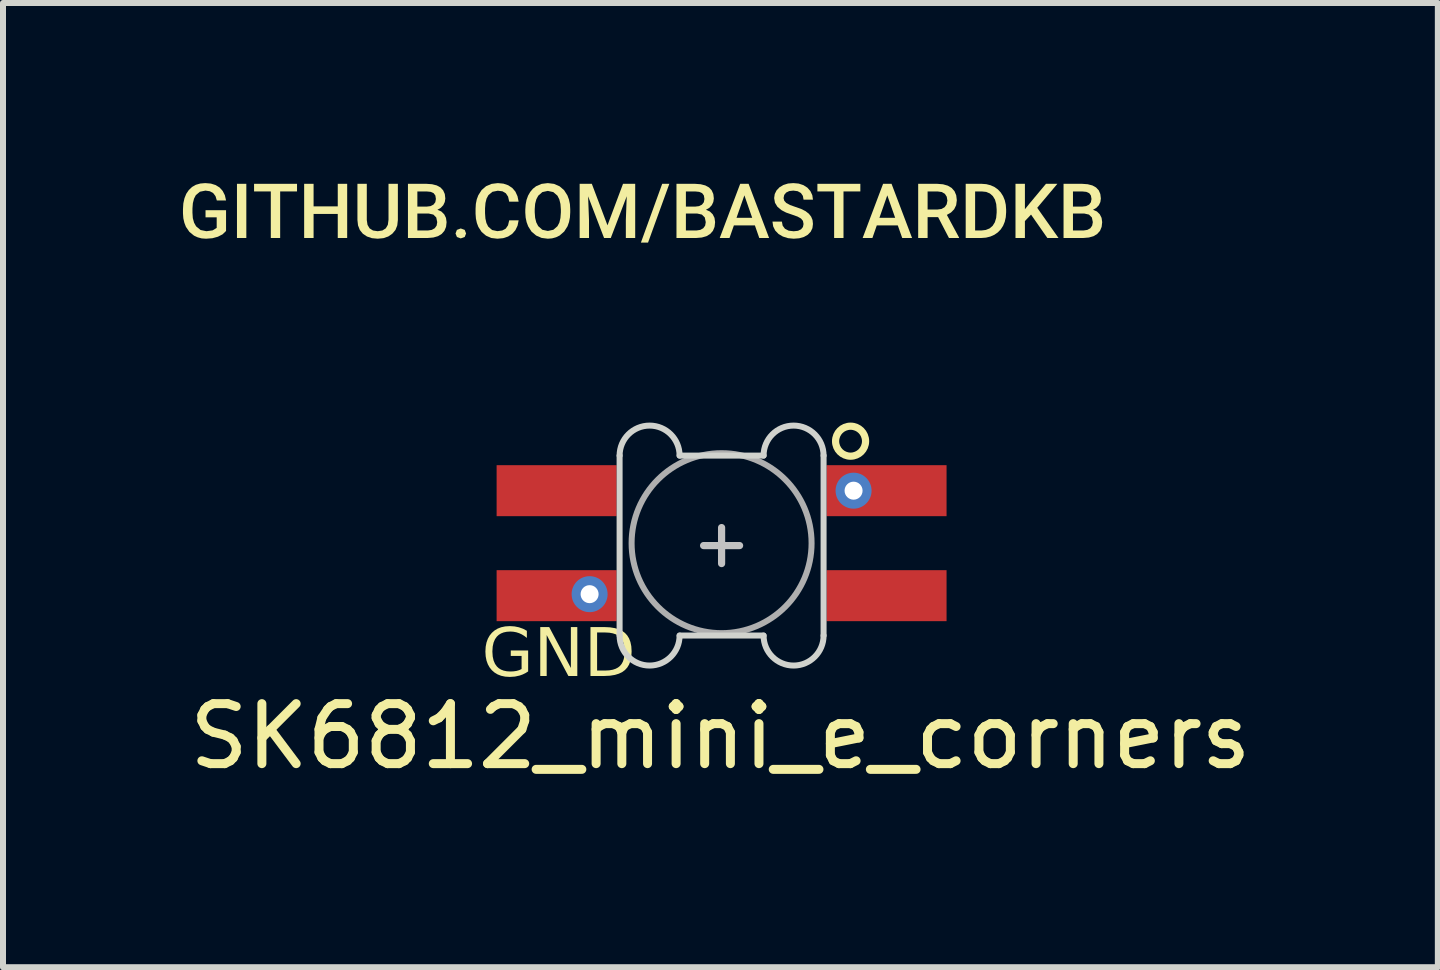
<source format=kicad_pcb>
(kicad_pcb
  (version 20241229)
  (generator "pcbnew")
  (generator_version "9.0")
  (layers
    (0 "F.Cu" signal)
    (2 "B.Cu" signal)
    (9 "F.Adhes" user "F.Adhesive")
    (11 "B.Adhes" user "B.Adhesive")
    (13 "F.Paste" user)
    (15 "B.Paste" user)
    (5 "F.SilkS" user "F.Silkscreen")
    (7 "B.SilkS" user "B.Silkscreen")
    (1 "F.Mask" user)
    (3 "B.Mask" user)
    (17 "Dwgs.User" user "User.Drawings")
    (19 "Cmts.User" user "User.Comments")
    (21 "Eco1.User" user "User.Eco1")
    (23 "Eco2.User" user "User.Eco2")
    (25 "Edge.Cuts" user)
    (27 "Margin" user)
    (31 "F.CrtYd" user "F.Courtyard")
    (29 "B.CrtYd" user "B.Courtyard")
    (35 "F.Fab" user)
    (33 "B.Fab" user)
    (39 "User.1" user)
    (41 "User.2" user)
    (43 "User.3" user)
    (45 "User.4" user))
  (footprint "SK6812_mini_e_corners"
    (layer "F.Cu")
    (at 8.978 5.904)
    (property "Reference" "SK6812_mini_e_corners" (at -0.02 3.32 0) (layer "F.SilkS") (effects (font (size 1 1) (thickness 0.15))))
    (attr through_hole)
    (fp_poly (pts (xy -1.7 1.35) (xy -3.3 1.35) (xy -3.7 0.95) (xy -3.7 0.6) (xy -1.7 0.6)) (stroke (width 0.1) (type solid)) (fill yes) (layer "F.Mask"))
    (fp_circle (center 2.15 -1.6) (end 2.3 -1.8) (stroke (width 0.12) (type solid)) (fill no) (layer "F.SilkS"))
    (fp_poly (pts (xy -1.7 1.35) (xy -3.3 1.35) (xy -3.7 0.95) (xy -3.7 0.6) (xy -1.7 0.6)) (stroke (width 0.1) (type solid)) (fill yes) (layer "F.Paste"))
    (fp_line (start -0.3 0.14) (end 0.3 0.14) (stroke (width 0.12) (type solid)) (layer "Dwgs.User"))
    (fp_line (start 0 0.44) (end 0 -0.16) (stroke (width 0.12) (type solid)) (layer "Dwgs.User"))
    (fp_line (start -1.7 -1.36) (end -1.7 1.64) (stroke (width 0.1) (type solid)) (layer "Edge.Cuts"))
    (fp_line (start -0.7 -1.36) (end 0.7 -1.36) (stroke (width 0.1) (type solid)) (layer "Edge.Cuts"))
    (fp_line (start -0.7 1.64) (end 0.7 1.64) (stroke (width 0.1) (type solid)) (layer "Edge.Cuts"))
    (fp_line (start 1.7 1.64) (end 1.7 -1.36) (stroke (width 0.1) (type solid)) (layer "Edge.Cuts"))
    (fp_arc (start -1.7 -1.36) (mid -1.2 -1.86) (end -0.7 -1.36) (stroke (width 0.1) (type solid)) (layer "Edge.Cuts"))
    (fp_arc (start -0.7 1.64) (mid -1.2 2.14) (end -1.7 1.64) (stroke (width 0.1) (type solid)) (layer "Edge.Cuts"))
    (fp_arc (start 0.7 -1.36) (mid 1.2 -1.86) (end 1.7 -1.36) (stroke (width 0.1) (type solid)) (layer "Edge.Cuts"))
    (fp_arc (start 1.7 1.64) (mid 1.2 2.14) (end 0.7 1.64) (stroke (width 0.1) (type solid)) (layer "Edge.Cuts"))
    (fp_circle (center 0 0.1) (end 0 -1.4) (stroke (width 0.1) (type solid)) (fill no) (layer "F.Fab"))
    (fp_text user "GND" (at -4 2.45 0) (unlocked yes) (layer "F.SilkS") (effects (font (face "Fira Sans") (size 0.8 0.8) (thickness 0.1)) (justify left bottom)))
    (pad "1" smd rect (at 2.75 0.975) (size 2 0.85) (layers "F.Cu" "F.Mask" "F.Paste"))
    (pad "2" smd rect (at -2.75 0.975) (size 2 0.85) (layers "F.Cu"))
    (pad "2" thru_hole circle (at -2.2 0.95) (size 0.6 0.6) (drill 0.3) (layers "*.Cu" "*.Mask"))
    (pad "3" smd rect (at -2.75 -0.775 180) (size 2 0.85) (layers "F.Cu" "F.Mask" "F.Paste"))
    (pad "4" thru_hole circle (at 2.2 -0.775) (size 0.6 0.6) (drill 0.3) (layers "*.Cu" "*.Mask"))
    (pad "4" smd rect (at 2.75 -0.775 180) (size 2 0.85) (layers "F.Cu" "F.Mask" "F.Paste")))
  (footprint "kibuzzard-61F01A92"
    (layer "F.Cu")
    (at 7.661 0.498)
    (property "Reference" "kibuzzard-61F01A92" (at 0 -0.497 0) (layer "F.SilkS") (effects (font (size 0.001 0.001) (thickness 0.000003))))
    (attr board_only exclude_from_pos_files exclude_from_bom)
    (fp_poly (pts (xy -6.605 0.419) (xy -6.761 0.419) (xy -6.761 -0.484) (xy -6.605 -0.484) (xy -6.605 0.419)) (stroke (width 0) (type solid)) (fill yes) (layer "F.SilkS"))
    (fp_poly (pts (xy 0.091 0.496) (xy -0.028 0.496) (xy 0.327 -0.484) (xy 0.446 -0.484) (xy 0.091 0.496)) (stroke (width 0) (type solid)) (fill yes) (layer "F.SilkS"))
    (fp_poly (pts (xy -5.76 -0.357) (xy -6.041 -0.357) (xy -6.041 0.419) (xy -6.197 0.419) (xy -6.197 -0.357) (xy -6.476 -0.357) (xy -6.476 -0.484) (xy -5.76 -0.484) (xy -5.76 -0.357)) (stroke (width 0) (type solid)) (fill yes) (layer "F.SilkS"))
    (fp_poly (pts (xy -3.031 0.26) (xy -2.965 0.284) (xy -2.942 0.344) (xy -2.965 0.402) (xy -3.031 0.426) (xy -3.094 0.403) (xy -3.118 0.344) (xy -3.095 0.284) (xy -3.031 0.26)) (stroke (width 0) (type solid)) (fill yes) (layer "F.SilkS"))
    (fp_poly (pts (xy 3.63 -0.357) (xy 3.349 -0.357) (xy 3.349 0.419) (xy 3.193 0.419) (xy 3.193 -0.357) (xy 2.914 -0.357) (xy 2.914 -0.484) (xy 3.63 -0.484) (xy 3.63 -0.357)) (stroke (width 0) (type solid)) (fill yes) (layer "F.SilkS"))
    (fp_poly (pts (xy -4.924 0.419) (xy -5.081 0.419) (xy -5.081 0.018) (xy -5.484 0.018) (xy -5.484 0.419) (xy -5.641 0.419) (xy -5.641 -0.484) (xy -5.484 -0.484) (xy -5.484 -0.108) (xy -5.081 -0.108) (xy -5.081 -0.484) (xy -4.924 -0.484) (xy -4.924 0.419)) (stroke (width 0) (type solid)) (fill yes) (layer "F.SilkS"))
    (fp_poly (pts (xy 1.872 0.209) (xy 1.566 0.082) (xy 1.827 0.082) (xy 1.697 -0.292) (xy 1.566 0.082) (xy 1.872 0.209) (xy 1.522 0.209) (xy 1.449 0.419) (xy 1.286 0.419) (xy 1.627 -0.484) (xy 1.767 -0.484) (xy 2.109 0.419) (xy 1.945 0.419) (xy 1.872 0.209)) (stroke (width 0) (type solid)) (fill yes) (layer "F.SilkS"))
    (fp_poly (pts (xy 4.254 0.209) (xy 3.948 0.082) (xy 4.21 0.082) (xy 4.079 -0.292) (xy 3.948 0.082) (xy 4.254 0.209) (xy 3.904 0.209) (xy 3.831 0.419) (xy 3.668 0.419) (xy 4.009 -0.484) (xy 4.15 -0.484) (xy 4.492 0.419) (xy 4.328 0.419) (xy 4.254 0.209)) (stroke (width 0) (type solid)) (fill yes) (layer "F.SilkS"))
    (fp_poly (pts (xy 6.475 0.029) (xy 6.373 0.137) (xy 6.373 0.419) (xy 6.216 0.419) (xy 6.216 -0.484) (xy 6.373 -0.484) (xy 6.373 -0.06) (xy 6.46 -0.168) (xy 6.724 -0.484) (xy 6.914 -0.484) (xy 6.578 -0.084) (xy 6.933 0.419) (xy 6.747 0.419) (xy 6.475 0.029)) (stroke (width 0) (type solid)) (fill yes) (layer "F.SilkS"))
    (fp_poly (pts (xy -0.846 -0.484) (xy -0.585 0.208) (xy -0.326 -0.484) (xy -0.123 -0.484) (xy -0.123 0.419) (xy -0.279 0.419) (xy -0.279 0.121) (xy -0.264 -0.277) (xy -0.53 0.419) (xy -0.642 0.419) (xy -0.908 -0.276) (xy -0.893 0.121) (xy -0.893 0.419) (xy -1.049 0.419) (xy -1.049 -0.484) (xy -0.846 -0.484)) (stroke (width 0) (type solid)) (fill yes) (layer "F.SilkS"))
    (fp_poly (pts (xy -4.079 -0.484) (xy -4.079 0.119) (xy -4.089 0.209) (xy -4.119 0.285) (xy -4.171 0.347) (xy -4.239 0.394) (xy -4.321 0.422) (xy -4.416 0.431) (xy -4.512 0.422) (xy -4.594 0.394) (xy -4.662 0.349) (xy -4.713 0.286) (xy -4.743 0.21) (xy -4.753 0.119) (xy -4.753 -0.484) (xy -4.597 -0.484) (xy -4.597 0.12) (xy -4.585 0.2) (xy -4.551 0.258) (xy -4.494 0.294) (xy -4.416 0.306) (xy -4.337 0.294) (xy -4.28 0.258) (xy -4.246 0.199) (xy -4.235 0.115) (xy -4.235 -0.484) (xy -4.079 -0.484)) (stroke (width 0) (type solid)) (fill yes) (layer "F.SilkS"))
    (fp_poly (pts (xy 4.926 0.071) (xy 4.751 -0.055) (xy 4.912 -0.055) (xy 4.983 -0.065) (xy 5.036 -0.095) (xy 5.069 -0.142) (xy 5.081 -0.204) (xy 5.07 -0.269) (xy 5.039 -0.317) (xy 4.988 -0.347) (xy 4.916 -0.357) (xy 4.751 -0.357) (xy 4.751 -0.055) (xy 4.926 0.071) (xy 4.751 0.071) (xy 4.751 0.419) (xy 4.594 0.419) (xy 4.594 -0.484) (xy 4.911 -0.484) (xy 5.008 -0.476) (xy 5.088 -0.453) (xy 5.153 -0.414) (xy 5.2 -0.36) (xy 5.228 -0.293) (xy 5.238 -0.211) (xy 5.227 -0.128) (xy 5.194 -0.06) (xy 5.141 -0.006) (xy 5.072 0.034) (xy 5.275 0.411) (xy 5.275 0.419) (xy 5.107 0.419) (xy 4.926 0.071)) (stroke (width 0) (type solid)) (fill yes) (layer "F.SilkS"))
    (fp_poly (pts (xy 5.386 0.419) (xy 5.543 -0.357) (xy 5.543 0.294) (xy 5.646 0.294) (xy 5.721 0.285) (xy 5.785 0.259) (xy 5.835 0.216) (xy 5.872 0.157) (xy 5.894 0.084) (xy 5.902 -0.005) (xy 5.902 -0.056) (xy 5.895 -0.146) (xy 5.874 -0.221) (xy 5.838 -0.28) (xy 5.789 -0.323) (xy 5.728 -0.349) (xy 5.653 -0.357) (xy 5.543 -0.357) (xy 5.386 0.419) (xy 5.386 -0.484) (xy 5.653 -0.484) (xy 5.73 -0.478) (xy 5.801 -0.46) (xy 5.865 -0.431) (xy 5.923 -0.39) (xy 5.97 -0.34) (xy 6.009 -0.279) (xy 6.037 -0.211) (xy 6.054 -0.136) (xy 6.06 -0.055) (xy 6.06 -0.01) (xy 6.054 0.073) (xy 6.037 0.148) (xy 6.009 0.216) (xy 5.97 0.276) (xy 5.921 0.326) (xy 5.863 0.366) (xy 5.797 0.395) (xy 5.725 0.413) (xy 5.646 0.419) (xy 5.386 0.419)) (stroke (width 0) (type solid)) (fill yes) (layer "F.SilkS"))
    (fp_poly (pts (xy -3.911 0.419) (xy -3.754 0.011) (xy -3.754 0.294) (xy -3.58 0.294) (xy -3.514 0.284) (xy -3.465 0.257) (xy -3.433 0.213) (xy -3.423 0.155) (xy -3.439 0.077) (xy -3.487 0.029) (xy -3.567 0.011) (xy -3.754 0.011) (xy -3.911 0.419) (xy -3.911 -0.484) (xy -3.754 -0.104) (xy -3.6 -0.104) (xy -3.535 -0.112) (xy -3.486 -0.137) (xy -3.455 -0.177) (xy -3.445 -0.231) (xy -3.454 -0.289) (xy -3.483 -0.328) (xy -3.532 -0.35) (xy -3.602 -0.357) (xy -3.754 -0.357) (xy -3.754 -0.104) (xy -3.911 -0.484) (xy -3.602 -0.484) (xy -3.508 -0.477) (xy -3.43 -0.457) (xy -3.368 -0.423) (xy -3.324 -0.375) (xy -3.297 -0.314) (xy -3.288 -0.24) (xy -3.297 -0.181) (xy -3.322 -0.128) (xy -3.363 -0.084) (xy -3.42 -0.051) (xy -3.355 -0.023) (xy -3.307 0.024) (xy -3.277 0.084) (xy -3.267 0.155) (xy -3.276 0.234) (xy -3.303 0.299) (xy -3.348 0.351) (xy -3.411 0.389) (xy -3.488 0.411) (xy -3.582 0.419) (xy -3.911 0.419)) (stroke (width 0) (type solid)) (fill yes) (layer "F.SilkS"))
    (fp_poly (pts (xy -2.066 0.125) (xy -2.084 0.214) (xy -2.12 0.289) (xy -2.173 0.35) (xy -2.242 0.395) (xy -2.324 0.422) (xy -2.42 0.431) (xy -2.522 0.419) (xy -2.61 0.38) (xy -2.683 0.318) (xy -2.737 0.235) (xy -2.762 0.169) (xy -2.778 0.096) (xy -2.784 0.016) (xy -2.784 -0.069) (xy -2.779 -0.15) (xy -2.764 -0.225) (xy -2.738 -0.294) (xy -2.683 -0.38) (xy -2.609 -0.444) (xy -2.517 -0.483) (xy -2.413 -0.496) (xy -2.32 -0.487) (xy -2.24 -0.46) (xy -2.172 -0.415) (xy -2.12 -0.354) (xy -2.085 -0.277) (xy -2.066 -0.186) (xy -2.223 -0.186) (xy -2.242 -0.27) (xy -2.279 -0.326) (xy -2.335 -0.359) (xy -2.413 -0.369) (xy -2.503 -0.351) (xy -2.57 -0.295) (xy -2.601 -0.237) (xy -2.619 -0.164) (xy -2.626 -0.075) (xy -2.626 0.005) (xy -2.62 0.094) (xy -2.603 0.169) (xy -2.574 0.228) (xy -2.509 0.286) (xy -2.42 0.305) (xy -2.339 0.294) (xy -2.281 0.263) (xy -2.243 0.208) (xy -2.223 0.125) (xy -2.066 0.125)) (stroke (width 0) (type solid)) (fill yes) (layer "F.SilkS"))
    (fp_poly (pts (xy 0.565 0.419) (xy 0.722 0.011) (xy 0.722 0.294) (xy 0.896 0.294) (xy 0.962 0.284) (xy 1.011 0.257) (xy 1.043 0.213) (xy 1.053 0.155) (xy 1.037 0.077) (xy 0.989 0.029) (xy 0.909 0.011) (xy 0.722 0.011) (xy 0.565 0.419) (xy 0.565 -0.484) (xy 0.722 -0.104) (xy 0.876 -0.104) (xy 0.941 -0.112) (xy 0.99 -0.137) (xy 1.021 -0.177) (xy 1.031 -0.231) (xy 1.022 -0.289) (xy 0.993 -0.328) (xy 0.944 -0.35) (xy 0.874 -0.357) (xy 0.722 -0.357) (xy 0.722 -0.104) (xy 0.565 -0.484) (xy 0.874 -0.484) (xy 0.968 -0.477) (xy 1.046 -0.457) (xy 1.108 -0.423) (xy 1.152 -0.375) (xy 1.179 -0.314) (xy 1.188 -0.24) (xy 1.179 -0.181) (xy 1.154 -0.128) (xy 1.113 -0.084) (xy 1.056 -0.051) (xy 1.121 -0.023) (xy 1.169 0.024) (xy 1.199 0.084) (xy 1.209 0.155) (xy 1.2 0.234) (xy 1.173 0.299) (xy 1.128 0.351) (xy 1.065 0.389) (xy 0.988 0.411) (xy 0.894 0.419) (xy 0.565 0.419)) (stroke (width 0) (type solid)) (fill yes) (layer "F.SilkS"))
    (fp_poly (pts (xy 7.017 0.419) (xy 7.174 0.011) (xy 7.174 0.294) (xy 7.348 0.294) (xy 7.414 0.284) (xy 7.463 0.257) (xy 7.494 0.213) (xy 7.505 0.155) (xy 7.489 0.077) (xy 7.441 0.029) (xy 7.361 0.011) (xy 7.174 0.011) (xy 7.017 0.419) (xy 7.017 -0.484) (xy 7.174 -0.104) (xy 7.327 -0.104) (xy 7.392 -0.112) (xy 7.442 -0.137) (xy 7.473 -0.177) (xy 7.483 -0.231) (xy 7.473 -0.289) (xy 7.445 -0.328) (xy 7.396 -0.35) (xy 7.326 -0.357) (xy 7.174 -0.357) (xy 7.174 -0.104) (xy 7.017 -0.484) (xy 7.326 -0.484) (xy 7.42 -0.477) (xy 7.498 -0.457) (xy 7.559 -0.423) (xy 7.604 -0.375) (xy 7.63 -0.314) (xy 7.639 -0.24) (xy 7.631 -0.181) (xy 7.606 -0.128) (xy 7.564 -0.084) (xy 7.508 -0.051) (xy 7.573 -0.023) (xy 7.621 0.024) (xy 7.651 0.084) (xy 7.661 0.155) (xy 7.652 0.234) (xy 7.625 0.299) (xy 7.579 0.351) (xy 7.517 0.389) (xy 7.439 0.411) (xy 7.346 0.419) (xy 7.017 0.419)) (stroke (width 0) (type solid)) (fill yes) (layer "F.SilkS"))
    (fp_poly (pts (xy -6.943 0.302) (xy -7.001 0.358) (xy -7.079 0.398) (xy -7.171 0.423) (xy -7.276 0.431) (xy -7.349 0.426) (xy -7.416 0.408) (xy -7.477 0.38) (xy -7.554 0.317) (xy -7.612 0.233) (xy -7.638 0.165) (xy -7.655 0.091) (xy -7.661 0.009) (xy -7.661 -0.062) (xy -7.655 -0.158) (xy -7.636 -0.244) (xy -7.606 -0.318) (xy -7.563 -0.381) (xy -7.509 -0.432) (xy -7.446 -0.468) (xy -7.372 -0.489) (xy -7.289 -0.496) (xy -7.196 -0.488) (xy -7.116 -0.463) (xy -7.05 -0.422) (xy -6.999 -0.365) (xy -6.963 -0.294) (xy -6.943 -0.207) (xy -7.097 -0.207) (xy -7.119 -0.279) (xy -7.158 -0.33) (xy -7.213 -0.36) (xy -7.286 -0.371) (xy -7.379 -0.352) (xy -7.447 -0.295) (xy -7.477 -0.236) (xy -7.496 -0.162) (xy -7.503 -0.072) (xy -7.503 -0.002) (xy -7.497 0.088) (xy -7.476 0.164) (xy -7.442 0.225) (xy -7.368 0.286) (xy -7.27 0.306) (xy -7.167 0.292) (xy -7.099 0.251) (xy -7.099 0.075) (xy -7.285 0.075) (xy -7.285 -0.044) (xy -6.943 -0.044) (xy -6.943 0.302)) (stroke (width 0) (type solid)) (fill yes) (layer "F.SilkS"))
    (fp_poly (pts (xy -1.206 -0.009) (xy -1.362 -0.056) (xy -1.369 -0.148) (xy -1.388 -0.225) (xy -1.419 -0.286) (xy -1.488 -0.346) (xy -1.58 -0.366) (xy -1.671 -0.346) (xy -1.739 -0.286) (xy -1.771 -0.226) (xy -1.791 -0.151) (xy -1.798 -0.061) (xy -1.798 -0.009) (xy -1.791 0.083) (xy -1.772 0.159) (xy -1.74 0.221) (xy -1.671 0.282) (xy -1.579 0.302) (xy -1.487 0.282) (xy -1.419 0.223) (xy -1.387 0.162) (xy -1.369 0.085) (xy -1.362 -0.009) (xy -1.362 -0.056) (xy -1.206 -0.009) (xy -1.211 0.076) (xy -1.226 0.153) (xy -1.251 0.224) (xy -1.307 0.312) (xy -1.383 0.378) (xy -1.442 0.407) (xy -1.508 0.425) (xy -1.579 0.431) (xy -1.683 0.418) (xy -1.774 0.378) (xy -1.851 0.313) (xy -1.907 0.225) (xy -1.933 0.155) (xy -1.949 0.079) (xy -1.955 -0.004) (xy -1.955 -0.055) (xy -1.949 -0.139) (xy -1.934 -0.217) (xy -1.908 -0.288) (xy -1.872 -0.35) (xy -1.828 -0.402) (xy -1.776 -0.443) (xy -1.684 -0.483) (xy -1.58 -0.496) (xy -1.476 -0.483) (xy -1.384 -0.443) (xy -1.309 -0.379) (xy -1.253 -0.291) (xy -1.227 -0.221) (xy -1.211 -0.144) (xy -1.206 -0.059) (xy -1.206 -0.009)) (stroke (width 0) (type solid)) (fill yes) (layer "F.SilkS"))
    (fp_poly (pts (xy 2.683 0.186) (xy 2.673 0.134) (xy 2.641 0.095) (xy 2.583 0.062) (xy 2.49 0.029) (xy 2.392 -0.005) (xy 2.317 -0.044) (xy 2.248 -0.101) (xy 2.207 -0.168) (xy 2.193 -0.246) (xy 2.203 -0.314) (xy 2.233 -0.374) (xy 2.282 -0.426) (xy 2.348 -0.465) (xy 2.425 -0.489) (xy 2.513 -0.496) (xy 2.602 -0.488) (xy 2.681 -0.462) (xy 2.747 -0.42) (xy 2.797 -0.363) (xy 2.829 -0.295) (xy 2.84 -0.22) (xy 2.683 -0.22) (xy 2.672 -0.283) (xy 2.639 -0.331) (xy 2.585 -0.361) (xy 2.512 -0.371) (xy 2.444 -0.363) (xy 2.393 -0.338) (xy 2.361 -0.299) (xy 2.35 -0.246) (xy 2.362 -0.201) (xy 2.396 -0.164) (xy 2.457 -0.131) (xy 2.547 -0.099) (xy 2.642 -0.066) (xy 2.717 -0.028) (xy 2.772 0.015) (xy 2.81 0.064) (xy 2.833 0.12) (xy 2.84 0.185) (xy 2.831 0.255) (xy 2.802 0.315) (xy 2.754 0.365) (xy 2.689 0.402) (xy 2.611 0.424) (xy 2.519 0.431) (xy 2.425 0.422) (xy 2.339 0.395) (xy 2.266 0.352) (xy 2.211 0.295) (xy 2.177 0.226) (xy 2.165 0.146) (xy 2.322 0.146) (xy 2.335 0.214) (xy 2.373 0.265) (xy 2.435 0.297) (xy 2.519 0.307) (xy 2.591 0.299) (xy 2.642 0.274) (xy 2.673 0.236) (xy 2.683 0.186)) (stroke (width 0) (type solid)) (fill yes) (layer "F.SilkS")))
  (gr_rect
    (start -3 -3)
    (end 20.917 13.072)
    (stroke (width 0.1) (type default))
    (fill no)
    (layer "Edge.Cuts")))
</source>
